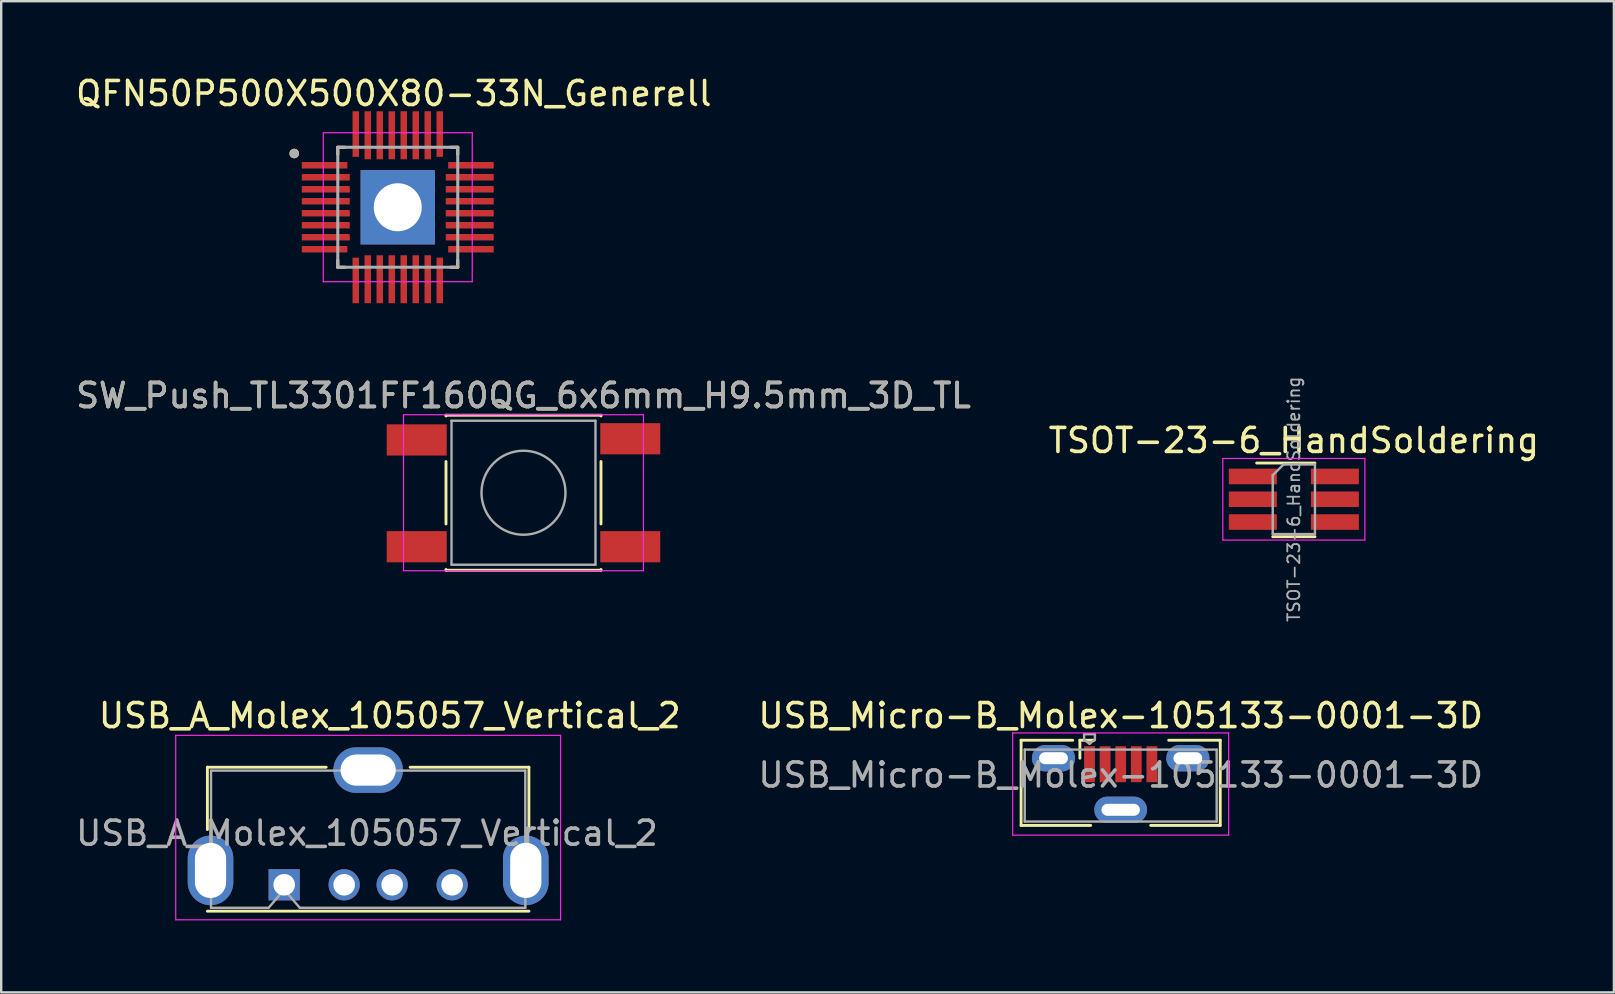
<source format=kicad_pcb>
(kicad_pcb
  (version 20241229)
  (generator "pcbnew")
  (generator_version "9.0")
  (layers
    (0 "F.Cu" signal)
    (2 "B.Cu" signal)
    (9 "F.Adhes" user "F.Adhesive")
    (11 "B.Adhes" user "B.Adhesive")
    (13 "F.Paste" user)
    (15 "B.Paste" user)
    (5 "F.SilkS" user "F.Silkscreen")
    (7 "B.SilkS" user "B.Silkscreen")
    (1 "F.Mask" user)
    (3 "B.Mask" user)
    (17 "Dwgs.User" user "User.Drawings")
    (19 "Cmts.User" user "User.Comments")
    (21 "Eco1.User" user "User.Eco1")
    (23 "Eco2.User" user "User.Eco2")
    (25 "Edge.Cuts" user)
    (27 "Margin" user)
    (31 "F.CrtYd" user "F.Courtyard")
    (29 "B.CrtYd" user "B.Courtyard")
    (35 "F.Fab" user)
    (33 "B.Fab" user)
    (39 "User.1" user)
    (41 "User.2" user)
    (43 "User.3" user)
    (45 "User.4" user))
  (footprint "USB_A_Molex_105057_Vertical_2"
    (layer "F.Cu")
    (at 8.794 33.826)
    (property "Reference" "USB_A_Molex_105057_Vertical_2" (at 4.4 -7.05 0) (layer "F.SilkS") (effects (font (size 1 1) (thickness 0.15))))
    (attr through_hole)
    (fp_line (start -3.2 -4.9) (end -3.2 -2.3) (stroke (width 0.12) (type solid)) (layer "F.SilkS"))
    (fp_line (start -3.2 -4.9) (end 1.75 -4.9) (stroke (width 0.12) (type solid)) (layer "F.SilkS"))
    (fp_line (start 10.2 -4.9) (end 5.25 -4.9) (stroke (width 0.12) (type solid)) (layer "F.SilkS"))
    (fp_line (start 10.2 -4.9) (end 10.2 -2.3) (stroke (width 0.12) (type solid)) (layer "F.SilkS"))
    (fp_line (start 10.2 1.1) (end -3.2 1.1) (stroke (width 0.12) (type solid)) (layer "F.SilkS"))
    (fp_line (start -4.52 -6.23) (end 11.52 -6.23) (stroke (width 0.05) (type solid)) (layer "F.CrtYd"))
    (fp_line (start -4.52 1.46) (end -4.52 -6.23) (stroke (width 0.05) (type solid)) (layer "F.CrtYd"))
    (fp_line (start 11.52 -6.23) (end 11.52 1.46) (stroke (width 0.05) (type solid)) (layer "F.CrtYd"))
    (fp_line (start 11.52 1.46) (end -4.52 1.46) (stroke (width 0.05) (type solid)) (layer "F.CrtYd"))
    (fp_line (start -3.05 -4.76) (end 10.05 -4.76) (stroke (width 0.1) (type solid)) (layer "F.Fab"))
    (fp_line (start -3.05 0.96) (end -3.05 -4.76) (stroke (width 0.1) (type solid)) (layer "F.Fab"))
    (fp_line (start -0.65 0.96) (end -3.05 0.96) (stroke (width 0.1) (type solid)) (layer "F.Fab"))
    (fp_line (start -0.65 0.96) (end 0 0.2) (stroke (width 0.1) (type solid)) (layer "F.Fab"))
    (fp_line (start 0 0.2) (end 0.65 0.96) (stroke (width 0.1) (type solid)) (layer "F.Fab"))
    (fp_line (start 10.05 -4.76) (end 10.05 0.96) (stroke (width 0.1) (type solid)) (layer "F.Fab"))
    (fp_line (start 10.05 0.96) (end 0.65 0.96) (stroke (width 0.1) (type solid)) (layer "F.Fab"))
    (fp_text user "${REFERENCE}" (at 3.45 -2.15 0) (layer "F.Fab") (effects (font (size 1 1) (thickness 0.15))))
    (pad "1" thru_hole rect (at 0 0) (size 1.3 1.3) (drill 0.9) (layers "*.Cu" "*.Mask"))
    (pad "2" thru_hole circle (at 2.5 0) (size 1.3 1.3) (drill 0.9) (layers "*.Cu" "*.Mask"))
    (pad "3" thru_hole circle (at 4.5 0) (size 1.3 1.3) (drill 0.9) (layers "*.Cu" "*.Mask"))
    (pad "4" thru_hole circle (at 7 0) (size 1.3 1.3) (drill 0.9) (layers "*.Cu" "*.Mask"))
    (pad "5" thru_hole oval (at -3.07 -0.6 180) (size 1.9 2.9) (drill oval 1.3 2.3) (layers "*.Cu" "*.Mask"))
    (pad "5" thru_hole oval (at 3.5 -4.78 90) (size 1.9 2.9) (drill oval 1.3 2.3) (layers "*.Cu" "*.Mask"))
    (pad "5" thru_hole oval (at 10.07 -0.6) (size 1.9 2.9) (drill oval 1.3 2.3) (layers "*.Cu" "*.Mask")))
  (footprint "TSOT-23-6_HandSoldering"
    (layer "F.Cu")
    (at 50.875 17.758)
    (property "Reference" "TSOT-23-6_HandSoldering" (at 0 -2.45 0) (layer "F.SilkS") (effects (font (size 1 1) (thickness 0.15))))
    (attr smd)
    (fp_line (start -0.88 1.56) (end 0.88 1.56) (stroke (width 0.12) (type solid)) (layer "F.SilkS"))
    (fp_line (start 0.88 -1.51) (end -1.55 -1.51) (stroke (width 0.12) (type solid)) (layer "F.SilkS"))
    (fp_line (start -2.96 -1.7) (end -2.96 1.7) (stroke (width 0.05) (type solid)) (layer "F.CrtYd"))
    (fp_line (start -2.96 -1.7) (end 2.96 -1.7) (stroke (width 0.05) (type solid)) (layer "F.CrtYd"))
    (fp_line (start 2.96 1.7) (end -2.96 1.7) (stroke (width 0.05) (type solid)) (layer "F.CrtYd"))
    (fp_line (start 2.96 1.7) (end 2.96 -1.7) (stroke (width 0.05) (type solid)) (layer "F.CrtYd"))
    (fp_line (start -0.88 -1) (end -0.88 1.45) (stroke (width 0.1) (type solid)) (layer "F.Fab"))
    (fp_line (start -0.88 -1) (end -0.43 -1.45) (stroke (width 0.1) (type solid)) (layer "F.Fab"))
    (fp_line (start 0.88 -1.45) (end -0.43 -1.45) (stroke (width 0.1) (type solid)) (layer "F.Fab"))
    (fp_line (start 0.88 -1.45) (end 0.88 1.45) (stroke (width 0.1) (type solid)) (layer "F.Fab"))
    (fp_line (start 0.88 1.45) (end -0.88 1.45) (stroke (width 0.1) (type solid)) (layer "F.Fab"))
    (fp_text user "${REFERENCE}" (at 0 0 90) (layer "F.Fab") (effects (font (size 0.5 0.5) (thickness 0.075))))
    (pad "1" smd rect (at -1.71 0.95) (size 2 0.65) (layers "F.Cu" "F.Mask" "F.Paste"))
    (pad "2" smd rect (at -1.71 -0.95) (size 2 0.65) (layers "F.Cu" "F.Mask" "F.Paste"))
    (pad "2" smd rect (at -1.71 0) (size 2 0.65) (layers "F.Cu" "F.Mask" "F.Paste"))
    (pad "2" smd rect (at 1.71 -0.95) (size 2 0.65) (layers "F.Cu" "F.Mask" "F.Paste"))
    (pad "2" smd rect (at 1.71 0) (size 2 0.65) (layers "F.Cu" "F.Mask" "F.Paste"))
    (pad "3" smd rect (at 1.71 0.95) (size 2 0.65) (layers "F.Cu" "F.Mask" "F.Paste")))
  (footprint "USB_Micro-B_Molex-105133-0001-3D"
    (layer "F.Cu")
    (at 43.658 29.626)
    (property "Reference" "USB_Micro-B_Molex-105133-0001-3D" (at 0 -2.85 0) (layer "F.SilkS") (effects (font (size 1 1) (thickness 0.15))))
    (attr smd)
    (fp_line (start -4.15 -1.825) (end -4.15 1.725) (stroke (width 0.12) (type solid)) (layer "F.SilkS"))
    (fp_line (start -4.15 1.725) (end -1.25 1.725) (stroke (width 0.12) (type solid)) (layer "F.SilkS"))
    (fp_line (start -2 -1.825) (end -4.15 -1.825) (stroke (width 0.12) (type solid)) (layer "F.SilkS"))
    (fp_line (start -1.7 -1.825) (end -1.1 -1.825) (stroke (width 0.12) (type solid)) (layer "F.SilkS"))
    (fp_line (start -1.7 -1.075) (end -1.7 -1.825) (stroke (width 0.12) (type solid)) (layer "F.SilkS"))
    (fp_line (start 2 -1.825) (end 4.15 -1.825) (stroke (width 0.12) (type solid)) (layer "F.SilkS"))
    (fp_line (start 4.15 -1.825) (end 4.15 1.725) (stroke (width 0.12) (type solid)) (layer "F.SilkS"))
    (fp_line (start 4.15 1.725) (end 1.25 1.725) (stroke (width 0.12) (type solid)) (layer "F.SilkS"))
    (fp_line (start -4.5 -2.13) (end 4.5 -2.13) (stroke (width 0.05) (type solid)) (layer "F.CrtYd"))
    (fp_line (start -4.5 2.13) (end -4.5 -2.13) (stroke (width 0.05) (type solid)) (layer "F.CrtYd"))
    (fp_line (start -4.5 2.13) (end 4.5 2.13) (stroke (width 0.05) (type solid)) (layer "F.CrtYd"))
    (fp_line (start 4.5 2.13) (end 4.5 -2.13) (stroke (width 0.05) (type solid)) (layer "F.CrtYd"))
    (fp_line (start -4 1.565) (end -4 -1.435) (stroke (width 0.1) (type solid)) (layer "F.Fab"))
    (fp_line (start -4 1.565) (end 4 1.565) (stroke (width 0.1) (type solid)) (layer "F.Fab"))
    (fp_line (start -1.525 -2.075) (end -1.075 -2.075) (stroke (width 0.1) (type solid)) (layer "F.Fab"))
    (fp_line (start -1.525 -1.85) (end -1.525 -2.075) (stroke (width 0.1) (type solid)) (layer "F.Fab"))
    (fp_line (start -1.3 -1.675) (end -1.525 -1.85) (stroke (width 0.1) (type solid)) (layer "F.Fab"))
    (fp_line (start -1.3 -1.675) (end -1.075 -1.85) (stroke (width 0.1) (type solid)) (layer "F.Fab"))
    (fp_line (start -1.075 -2.075) (end -1.075 -1.85) (stroke (width 0.1) (type solid)) (layer "F.Fab"))
    (fp_line (start 4 -1.435) (end -4 -1.435) (stroke (width 0.1) (type solid)) (layer "F.Fab"))
    (fp_line (start 4 1.565) (end 4 -1.435) (stroke (width 0.1) (type solid)) (layer "F.Fab"))
    (fp_text user "${REFERENCE}" (at 0 -0.375 0) (layer "F.Fab") (effects (font (size 1 1) (thickness 0.15))))
    (pad "1" smd rect (at -1.3 -0.825) (size 0.45 1.5) (layers "F.Cu" "F.Mask" "F.Paste"))
    (pad "2" smd rect (at -0.65 -0.825) (size 0.45 1.5) (layers "F.Cu" "F.Mask" "F.Paste"))
    (pad "3" smd rect (at 0 -0.825) (size 0.45 1.5) (layers "F.Cu" "F.Mask" "F.Paste"))
    (pad "4" smd rect (at 0.65 -0.825) (size 0.45 1.5) (layers "F.Cu" "F.Mask" "F.Paste"))
    (pad "5" smd rect (at 1.3 -0.825) (size 0.45 1.5) (layers "F.Cu" "F.Mask" "F.Paste"))
    (pad "6" thru_hole oval (at -2.8 -1.075) (size 1.8 1.1) (drill oval 1.2 0.5) (layers "*.Cu" "*.Mask"))
    (pad "6" thru_hole oval (at 0 1.075) (size 2.2 1.1) (drill oval 1.6 0.5) (layers "*.Cu" "*.Mask"))
    (pad "6" thru_hole oval (at 2.8 -1.075) (size 1.8 1.1) (drill oval 1.2 0.5) (layers "*.Cu" "*.Mask")))
  (footprint "QFN50P500X500X80-33N_Generell"
    (layer "F.Cu")
    (at 13.528 5.588)
    (property "Reference" "QFN50P500X500X80-33N_Generell" (at -0.165 -4.74 0) (layer "F.SilkS") (effects (font (size 1 1) (thickness 0.15))))
    (attr through_hole)
    (fp_line (start -2.5 -2.5) (end -2.5 -2.205) (stroke (width 0.127) (type solid)) (layer "F.SilkS"))
    (fp_line (start -2.5 -2.5) (end -2.205 -2.5) (stroke (width 0.127) (type solid)) (layer "F.SilkS"))
    (fp_line (start -2.5 2.5) (end -2.5 2.205) (stroke (width 0.127) (type solid)) (layer "F.SilkS"))
    (fp_line (start -2.5 2.5) (end -2.205 2.5) (stroke (width 0.127) (type solid)) (layer "F.SilkS"))
    (fp_line (start 2.5 -2.5) (end 2.205 -2.5) (stroke (width 0.127) (type solid)) (layer "F.SilkS"))
    (fp_line (start 2.5 -2.5) (end 2.5 -2.205) (stroke (width 0.127) (type solid)) (layer "F.SilkS"))
    (fp_line (start 2.5 2.5) (end 2.205 2.5) (stroke (width 0.127) (type solid)) (layer "F.SilkS"))
    (fp_line (start 2.5 2.5) (end 2.5 2.205) (stroke (width 0.127) (type solid)) (layer "F.SilkS"))
    (fp_circle (center -4.315 -2.24) (end -4.215 -2.24) (stroke (width 0.2) (type solid)) (fill no) (layer "F.SilkS"))
    (fp_poly (pts (xy -0.98 -0.98) (xy 0.98 -0.98) (xy 0.98 0.98) (xy -0.98 0.98)) (stroke (width 0.01) (type solid)) (fill yes) (layer "F.Paste"))
    (fp_line (start -3.105 -3.105) (end 3.105 -3.105) (stroke (width 0.05) (type solid)) (layer "F.CrtYd"))
    (fp_line (start -3.105 3.105) (end -3.105 -3.105) (stroke (width 0.05) (type solid)) (layer "F.CrtYd"))
    (fp_line (start -3.105 3.105) (end 3.105 3.105) (stroke (width 0.05) (type solid)) (layer "F.CrtYd"))
    (fp_line (start 3.105 3.105) (end 3.105 -3.105) (stroke (width 0.05) (type solid)) (layer "F.CrtYd"))
    (fp_line (start -2.5 2.5) (end -2.5 -2.5) (stroke (width 0.127) (type solid)) (layer "F.Fab"))
    (fp_line (start 2.5 -2.5) (end -2.5 -2.5) (stroke (width 0.127) (type solid)) (layer "F.Fab"))
    (fp_line (start 2.5 2.5) (end -2.5 2.5) (stroke (width 0.127) (type solid)) (layer "F.Fab"))
    (fp_line (start 2.5 2.5) (end 2.5 -2.5) (stroke (width 0.127) (type solid)) (layer "F.Fab"))
    (fp_circle (center -4.315 -2.24) (end -4.215 -2.24) (stroke (width 0.2) (type solid)) (fill no) (layer "F.Fab"))
    (pad "1" smd roundrect (at -3.05 -1.75) (size 1.9 0.27) (layers "F.Cu" "F.Mask" "F.Paste") (roundrect_rratio 0.03))
    (pad "2" smd roundrect (at -3 -1.25) (size 2 0.27) (layers "F.Cu" "F.Mask" "F.Paste") (roundrect_rratio 0.03))
    (pad "3" smd roundrect (at -3 -0.75) (size 2 0.27) (layers "F.Cu" "F.Mask" "F.Paste") (roundrect_rratio 0.03))
    (pad "3" thru_hole rect (at 0 0) (size 3.1 3.1) (drill 2) (layers "F.Cu" "F.Mask"))
    (pad "4" smd roundrect (at -3 -0.25) (size 2 0.27) (layers "F.Cu" "F.Mask" "F.Paste") (roundrect_rratio 0.03))
    (pad "5" smd roundrect (at -3 0.25) (size 2 0.27) (layers "F.Cu" "F.Mask" "F.Paste") (roundrect_rratio 0.03))
    (pad "6" smd roundrect (at -3 0.75) (size 2 0.27) (layers "F.Cu" "F.Mask" "F.Paste") (roundrect_rratio 0.03))
    (pad "7" smd roundrect (at -3 1.25) (size 2 0.27) (layers "F.Cu" "F.Mask" "F.Paste") (roundrect_rratio 0.03))
    (pad "8" smd roundrect (at -3.05 1.75) (size 1.9 0.27) (layers "F.Cu" "F.Mask" "F.Paste") (roundrect_rratio 0.03))
    (pad "9" smd roundrect (at -1.75 3.05 90) (size 1.9 0.27) (layers "F.Cu" "F.Mask" "F.Paste") (roundrect_rratio 0.03))
    (pad "10" smd roundrect (at -1.25 3 90) (size 2 0.27) (layers "F.Cu" "F.Mask" "F.Paste") (roundrect_rratio 0.03))
    (pad "11" smd roundrect (at -0.75 3 90) (size 2 0.27) (layers "F.Cu" "F.Mask" "F.Paste") (roundrect_rratio 0.03))
    (pad "12" smd roundrect (at -0.25 3 90) (size 2 0.27) (layers "F.Cu" "F.Mask" "F.Paste") (roundrect_rratio 0.03))
    (pad "13" smd roundrect (at 0.25 3 90) (size 2 0.27) (layers "F.Cu" "F.Mask" "F.Paste") (roundrect_rratio 0.03))
    (pad "14" smd roundrect (at 0.75 3 90) (size 2 0.27) (layers "F.Cu" "F.Mask" "F.Paste") (roundrect_rratio 0.03))
    (pad "15" smd roundrect (at 1.25 3 90) (size 2 0.27) (layers "F.Cu" "F.Mask" "F.Paste") (roundrect_rratio 0.03))
    (pad "16" smd roundrect (at 1.75 3.05 90) (size 1.9 0.27) (layers "F.Cu" "F.Mask" "F.Paste") (roundrect_rratio 0.03))
    (pad "17" smd roundrect (at 3.05 1.75) (size 1.9 0.27) (layers "F.Cu" "F.Mask" "F.Paste") (roundrect_rratio 0.03))
    (pad "18" smd roundrect (at 3 1.25) (size 2 0.27) (layers "F.Cu" "F.Mask" "F.Paste") (roundrect_rratio 0.03))
    (pad "19" smd roundrect (at 3 0.75) (size 2 0.27) (layers "F.Cu" "F.Mask" "F.Paste") (roundrect_rratio 0.03))
    (pad "20" smd roundrect (at 3 0.25) (size 2 0.27) (layers "F.Cu" "F.Mask" "F.Paste") (roundrect_rratio 0.03))
    (pad "21" smd roundrect (at 3 -0.25) (size 2 0.27) (layers "F.Cu" "F.Mask" "F.Paste") (roundrect_rratio 0.03))
    (pad "22" smd roundrect (at 3 -0.75) (size 2 0.27) (layers "F.Cu" "F.Mask" "F.Paste") (roundrect_rratio 0.03))
    (pad "23" smd roundrect (at 3 -1.25) (size 2 0.27) (layers "F.Cu" "F.Mask" "F.Paste") (roundrect_rratio 0.03))
    (pad "24" smd roundrect (at 3.05 -1.75) (size 1.9 0.27) (layers "F.Cu" "F.Mask" "F.Paste") (roundrect_rratio 0.03))
    (pad "25" smd roundrect (at 1.75 -3.05 90) (size 1.9 0.27) (layers "F.Cu" "F.Mask" "F.Paste") (roundrect_rratio 0.03))
    (pad "26" smd roundrect (at 1.25 -3 90) (size 2 0.27) (layers "F.Cu" "F.Mask" "F.Paste") (roundrect_rratio 0.03))
    (pad "27" smd roundrect (at 0.75 -3 90) (size 2 0.27) (layers "F.Cu" "F.Mask" "F.Paste") (roundrect_rratio 0.03))
    (pad "28" smd roundrect (at 0.25 -3 90) (size 2 0.27) (layers "F.Cu" "F.Mask" "F.Paste") (roundrect_rratio 0.03))
    (pad "29" smd roundrect (at -0.25 -3 90) (size 2 0.27) (layers "F.Cu" "F.Mask" "F.Paste") (roundrect_rratio 0.03))
    (pad "30" smd roundrect (at -0.75 -3 90) (size 2 0.27) (layers "F.Cu" "F.Mask" "F.Paste") (roundrect_rratio 0.03))
    (pad "31" smd roundrect (at -1.25 -3 90) (size 2 0.27) (layers "F.Cu" "F.Mask" "F.Paste") (roundrect_rratio 0.03))
    (pad "32" smd roundrect (at -1.75 -3.05 90) (size 1.9 0.27) (layers "F.Cu" "F.Mask" "F.Paste") (roundrect_rratio 0.03)))
  (footprint "SW_Push_TL3301FF160QG_6x6mm_H9.5mm_3D_TL"
    (layer "F.Cu")
    (at 18.768 17.486)
    (property "Reference" "SW_Push_TL3301FF160QG_6x6mm_H9.5mm_3D_TL" (at 0 -4.05 0) (layer "F.SilkS") (effects (font (size 1 1) (thickness 0.15))))
    (attr smd)
    (fp_line (start -3.23 -3.23) (end 3.23 -3.23) (stroke (width 0.12) (type solid)) (layer "F.SilkS"))
    (fp_line (start -3.23 -3.2) (end -3.23 -3.23) (stroke (width 0.12) (type solid)) (layer "F.SilkS"))
    (fp_line (start -3.23 -1.3) (end -3.23 1.3) (stroke (width 0.12) (type solid)) (layer "F.SilkS"))
    (fp_line (start -3.23 3.23) (end -3.23 3.2) (stroke (width 0.12) (type solid)) (layer "F.SilkS"))
    (fp_line (start -3.23 3.23) (end 3.23 3.23) (stroke (width 0.12) (type solid)) (layer "F.SilkS"))
    (fp_line (start 3.23 -3.23) (end 3.23 -3.2) (stroke (width 0.12) (type solid)) (layer "F.SilkS"))
    (fp_line (start 3.23 -1.3) (end 3.23 1.3) (stroke (width 0.12) (type solid)) (layer "F.SilkS"))
    (fp_line (start 3.23 3.23) (end 3.23 3.2) (stroke (width 0.12) (type solid)) (layer "F.SilkS"))
    (fp_line (start -5 -3.25) (end -5 3.25) (stroke (width 0.05) (type solid)) (layer "F.CrtYd"))
    (fp_line (start -5 -3.25) (end 5 -3.25) (stroke (width 0.05) (type solid)) (layer "F.CrtYd"))
    (fp_line (start -5 3.25) (end 5 3.25) (stroke (width 0.05) (type solid)) (layer "F.CrtYd"))
    (fp_line (start 5 3.25) (end 5 -3.25) (stroke (width 0.05) (type solid)) (layer "F.CrtYd"))
    (fp_line (start -3 -3) (end -3 3) (stroke (width 0.1) (type solid)) (layer "F.Fab"))
    (fp_line (start -3 3) (end 3 3) (stroke (width 0.1) (type solid)) (layer "F.Fab"))
    (fp_line (start 3 -3) (end -3 -3) (stroke (width 0.1) (type solid)) (layer "F.Fab"))
    (fp_line (start 3 3) (end 3 -3) (stroke (width 0.1) (type solid)) (layer "F.Fab"))
    (fp_circle (center 0 0) (end 1.75 -0.05) (stroke (width 0.1) (type solid)) (fill no) (layer "F.Fab"))
    (fp_text user "${REFERENCE}" (at 0 -4.05 0) (layer "F.Fab") (effects (font (size 1 1) (thickness 0.15))))
    (pad "1" smd rect (at -4.45 -2.2) (size 2.5 1.3) (layers "F.Cu" "F.Mask" "F.Paste"))
    (pad "1" smd rect (at 4.45 -2.25) (size 2.5 1.3) (layers "F.Cu" "F.Mask" "F.Paste"))
    (pad "2" smd rect (at -4.45 2.25) (size 2.5 1.3) (layers "F.Cu" "F.Mask" "F.Paste"))
    (pad "2" smd rect (at 4.45 2.25) (size 2.5 1.3) (layers "F.Cu" "F.Mask" "F.Paste")))
  (gr_rect
    (start -3 -3)
    (end 64.214 38.311)
    (stroke (width 0.1) (type default))
    (fill no)
    (layer "Edge.Cuts")))
</source>
